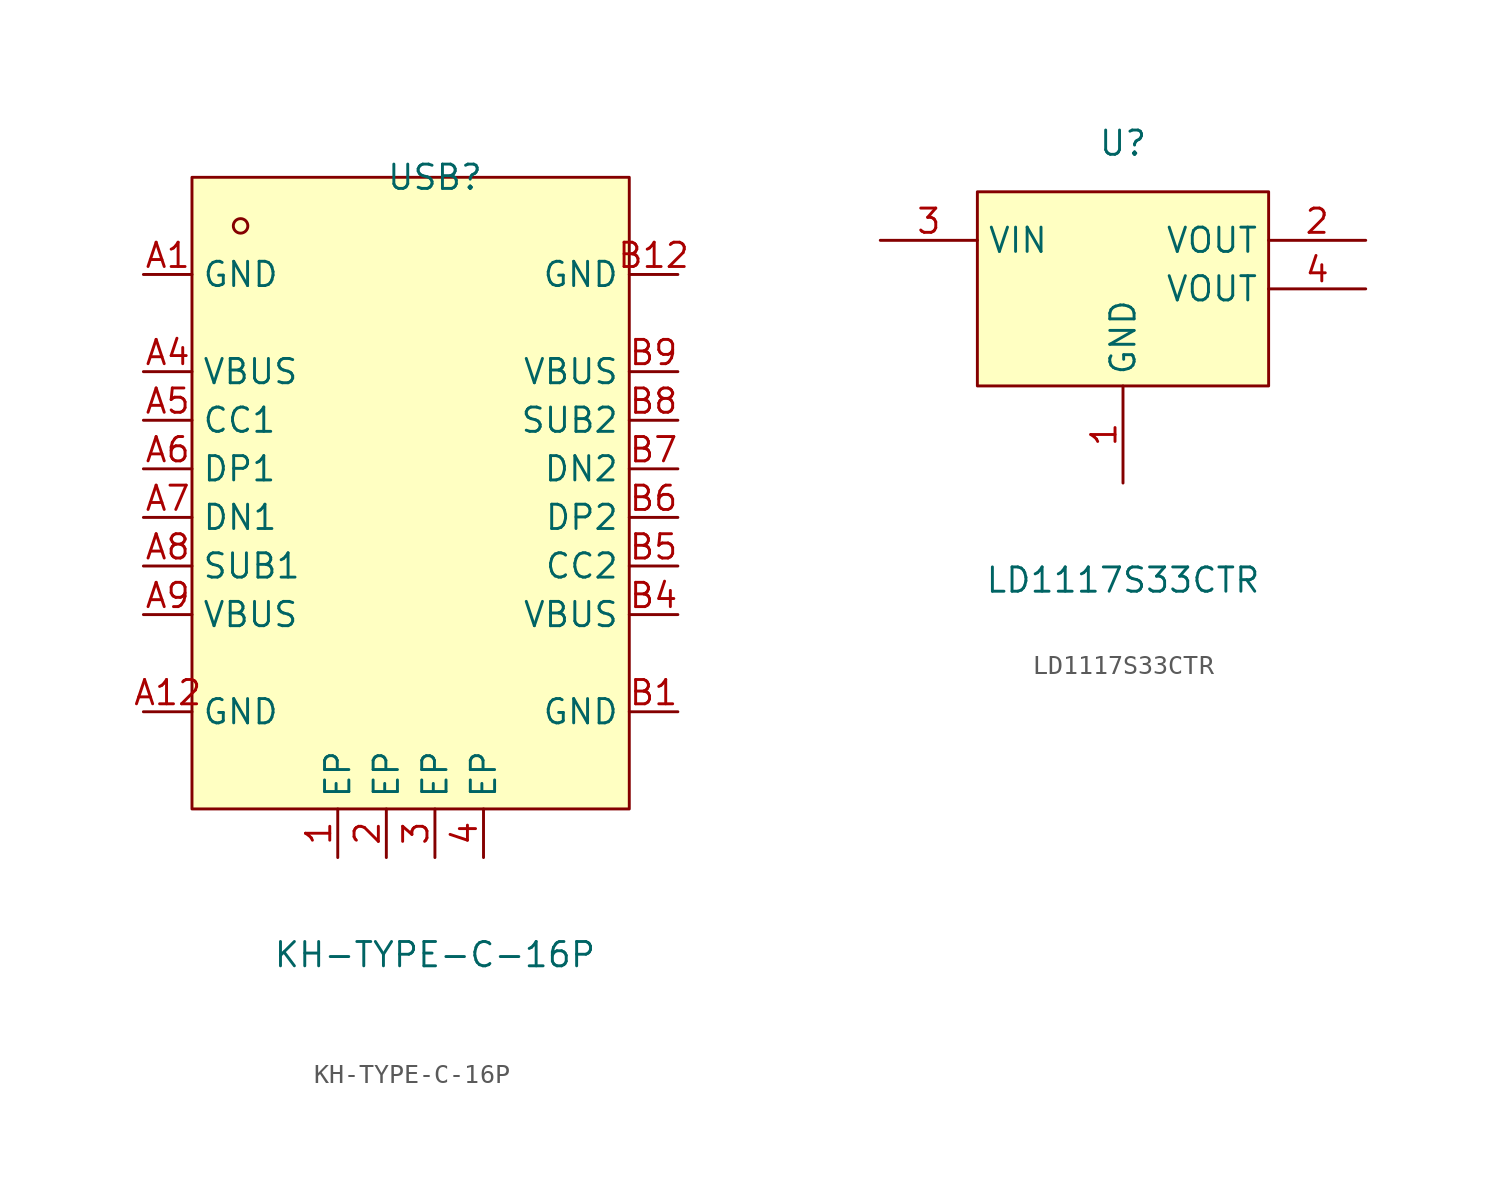
<source format=kicad_sym>
(kicad_symbol_lib
  (version 20231120)
  (generator "kicad_symbol_editor")
  (generator_version "8.0")
  (symbol "KH-TYPE-C-16P"
    (property "Reference" "USB"
      (at 0 17.78 0)
      (effects (font (size 1.27 1.27))))
    (property "Value" "KH-TYPE-C-16P"
      (at 0 -22.86 0)
      (effects (font (size 1.27 1.27))))
    (symbol "KH-TYPE-C-16P_0_1"
      (rectangle (start -12.7 17.78) (end 10.16 -15.24) (stroke (width 0) (type default)) (fill (type background)))
      (circle (center -10.16 15.24) (radius 0.38) (stroke (width 0) (type default)) (fill (type none))))
    (symbol "KH-TYPE-C-16P_1_1"
      (pin power_in line (at -5.08 -17.78 90) (length 2.54) (name "EP" (effects (font (size 1.27 1.27)))) (number "1" (effects (font (size 1.27 1.27)))))
      (pin power_in line (at -2.54 -17.78 90) (length 2.54) (name "EP" (effects (font (size 1.27 1.27)))) (number "2" (effects (font (size 1.27 1.27)))))
      (pin power_in line (at 0 -17.78 90) (length 2.54) (name "EP" (effects (font (size 1.27 1.27)))) (number "3" (effects (font (size 1.27 1.27)))))
      (pin power_in line (at 2.54 -17.78 90) (length 2.54) (name "EP" (effects (font (size 1.27 1.27)))) (number "4" (effects (font (size 1.27 1.27)))))
      (pin power_in line (at -15.24 12.7 0) (length 2.54) (name "GND" (effects (font (size 1.27 1.27)))) (number "A1" (effects (font (size 1.27 1.27)))))
      (pin power_in line (at -15.24 -10.16 0) (length 2.54) (name "GND" (effects (font (size 1.27 1.27)))) (number "A12" (effects (font (size 1.27 1.27)))))
      (pin power_in line (at -15.24 7.62 0) (length 2.54) (name "VBUS" (effects (font (size 1.27 1.27)))) (number "A4" (effects (font (size 1.27 1.27)))))
      (pin passive line (at -15.24 5.08 0) (length 2.54) (name "CC1" (effects (font (size 1.27 1.27)))) (number "A5" (effects (font (size 1.27 1.27)))))
      (pin passive line (at -15.24 2.54 0) (length 2.54) (name "DP1" (effects (font (size 1.27 1.27)))) (number "A6" (effects (font (size 1.27 1.27)))))
      (pin passive line (at -15.24 0 0) (length 2.54) (name "DN1" (effects (font (size 1.27 1.27)))) (number "A7" (effects (font (size 1.27 1.27)))))
      (pin passive line (at -15.24 -2.54 0) (length 2.54) (name "SUB1" (effects (font (size 1.27 1.27)))) (number "A8" (effects (font (size 1.27 1.27)))))
      (pin power_in line (at -15.24 -5.08 0) (length 2.54) (name "VBUS" (effects (font (size 1.27 1.27)))) (number "A9" (effects (font (size 1.27 1.27)))))
      (pin power_in line (at 12.7 -10.16 180) (length 2.54) (name "GND" (effects (font (size 1.27 1.27)))) (number "B1" (effects (font (size 1.27 1.27)))))
      (pin power_in line (at 12.7 12.7 180) (length 2.54) (name "GND" (effects (font (size 1.27 1.27)))) (number "B12" (effects (font (size 1.27 1.27)))))
      (pin power_in line (at 12.7 -5.08 180) (length 2.54) (name "VBUS" (effects (font (size 1.27 1.27)))) (number "B4" (effects (font (size 1.27 1.27)))))
      (pin passive line (at 12.7 -2.54 180) (length 2.54) (name "CC2" (effects (font (size 1.27 1.27)))) (number "B5" (effects (font (size 1.27 1.27)))))
      (pin passive line (at 12.7 0 180) (length 2.54) (name "DP2" (effects (font (size 1.27 1.27)))) (number "B6" (effects (font (size 1.27 1.27)))))
      (pin passive line (at 12.7 2.54 180) (length 2.54) (name "DN2" (effects (font (size 1.27 1.27)))) (number "B7" (effects (font (size 1.27 1.27)))))
      (pin passive line (at 12.7 5.08 180) (length 2.54) (name "SUB2" (effects (font (size 1.27 1.27)))) (number "B8" (effects (font (size 1.27 1.27)))))
      (pin power_in line (at 12.7 7.62 180) (length 2.54) (name "VBUS" (effects (font (size 1.27 1.27)))) (number "B9" (effects (font (size 1.27 1.27)))))))
  (symbol "LD1117S33CTR"
    (property "Reference" "U"
      (at 0 10.16 0)
      (effects (font (size 1.27 1.27))))
    (property "Value" "LD1117S33CTR"
      (at 0 -12.7 0)
      (effects (font (size 1.27 1.27))))
    (symbol "LD1117S33CTR_0_1"
      (rectangle (start -7.62 7.62) (end 7.62 -2.54) (stroke (width 0) (type default)) (fill (type background)))
      (pin power_in line (at 0 -7.62 90) (length 5.08) (name "GND" (effects (font (size 1.27 1.27)))) (number "1" (effects (font (size 1.27 1.27)))))
      (pin power_in line (at -12.7 5.08 0) (length 5.08) (name "VIN" (effects (font (size 1.27 1.27)))) (number "3" (effects (font (size 1.27 1.27))))))
    (symbol "LD1117S33CTR_1_1"
      (pin power_in line (at 12.7 5.08 180) (length 5.08) (name "VOUT" (effects (font (size 1.27 1.27)))) (number "2" (effects (font (size 1.27 1.27)))))
      (pin power_in line (at 12.7 2.54 180) (length 5.08) (name "VOUT" (effects (font (size 1.27 1.27)))) (number "4" (effects (font (size 1.27 1.27))))))))
</source>
